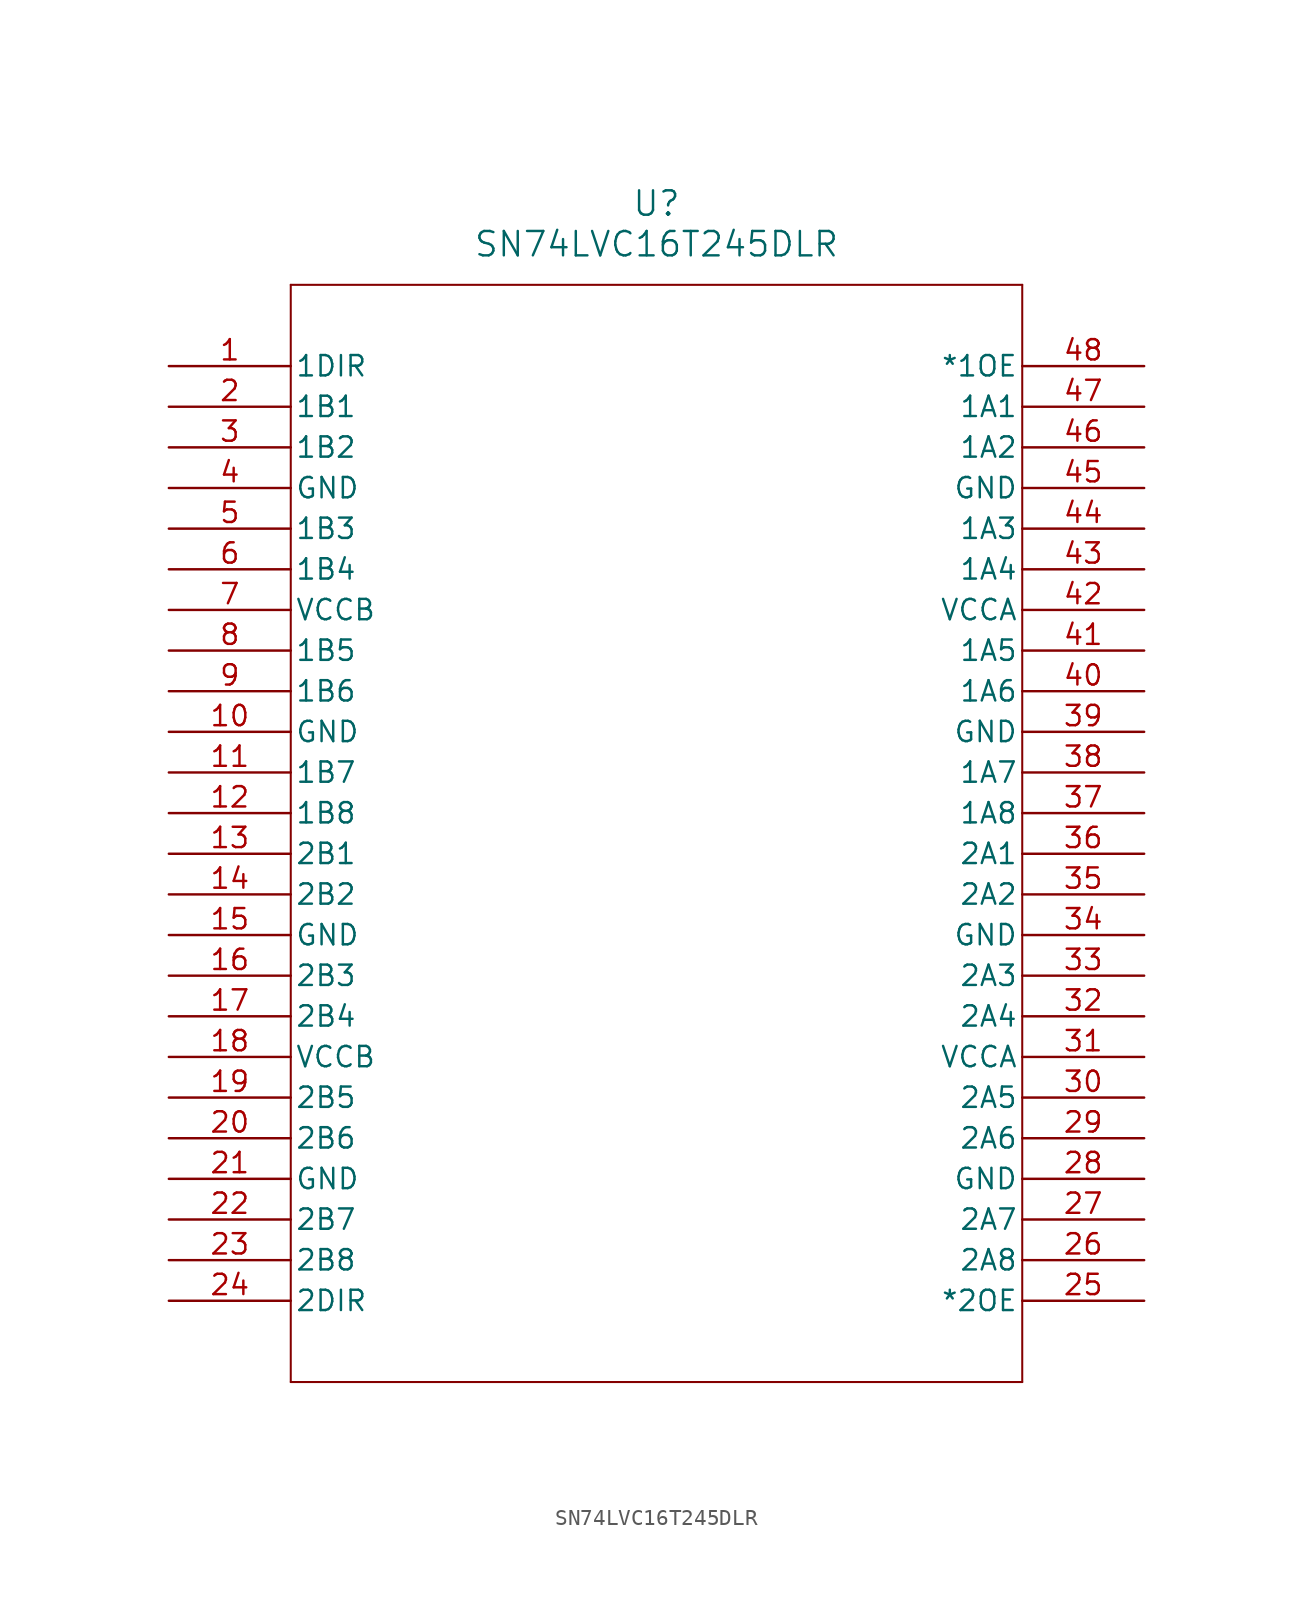
<source format=kicad_sym>
(kicad_symbol_lib
  (version 20211014)
  (generator kicad_symbol_editor)
  (symbol "SN74LVC16T245DLR"
    (pin_names
      (offset 0.254))
    (property "Reference" "U"
      (at 30.48 10.16 0)
      (effects (font (size 1.524 1.524))))
    (property "Value" "SN74LVC16T245DLR"
      (at 30.48 7.62 0)
      (effects (font (size 1.524 1.524))))
    (symbol "SN74LVC16T245DLR_0_1"
      (polyline (pts (xy 7.62 5.08) (xy 7.62 -63.5)) (stroke (width 0.127) (type default) (color 0 0 0 0)) (fill (type none)))
      (polyline (pts (xy 7.62 -63.5) (xy 53.34 -63.5)) (stroke (width 0.127) (type default) (color 0 0 0 0)) (fill (type none)))
      (polyline (pts (xy 53.34 -63.5) (xy 53.34 5.08)) (stroke (width 0.127) (type default) (color 0 0 0 0)) (fill (type none)))
      (polyline (pts (xy 53.34 5.08) (xy 7.62 5.08)) (stroke (width 0.127) (type default) (color 0 0 0 0)) (fill (type none)))
      (pin input line (at 0 0 0) (length 7.62) (name "1DIR" (effects (font (size 1.27 1.27)))) (number "1" (effects (font (size 1.27 1.27)))))
      (pin bidirectional line (at 0 -2.54 0) (length 7.62) (name "1B1" (effects (font (size 1.27 1.27)))) (number "2" (effects (font (size 1.27 1.27)))))
      (pin bidirectional line (at 0 -5.08 0) (length 7.62) (name "1B2" (effects (font (size 1.27 1.27)))) (number "3" (effects (font (size 1.27 1.27)))))
      (pin power_in line (at 0 -7.62 0) (length 7.62) (name "GND" (effects (font (size 1.27 1.27)))) (number "4" (effects (font (size 1.27 1.27)))))
      (pin bidirectional line (at 0 -10.16 0) (length 7.62) (name "1B3" (effects (font (size 1.27 1.27)))) (number "5" (effects (font (size 1.27 1.27)))))
      (pin bidirectional line (at 0 -12.7 0) (length 7.62) (name "1B4" (effects (font (size 1.27 1.27)))) (number "6" (effects (font (size 1.27 1.27)))))
      (pin power_in line (at 0 -15.24 0) (length 7.62) (name "VCCB" (effects (font (size 1.27 1.27)))) (number "7" (effects (font (size 1.27 1.27)))))
      (pin bidirectional line (at 0 -17.78 0) (length 7.62) (name "1B5" (effects (font (size 1.27 1.27)))) (number "8" (effects (font (size 1.27 1.27)))))
      (pin bidirectional line (at 0 -20.32 0) (length 7.62) (name "1B6" (effects (font (size 1.27 1.27)))) (number "9" (effects (font (size 1.27 1.27)))))
      (pin power_in line (at 0 -22.86 0) (length 7.62) (name "GND" (effects (font (size 1.27 1.27)))) (number "10" (effects (font (size 1.27 1.27)))))
      (pin bidirectional line (at 0 -25.4 0) (length 7.62) (name "1B7" (effects (font (size 1.27 1.27)))) (number "11" (effects (font (size 1.27 1.27)))))
      (pin bidirectional line (at 0 -27.94 0) (length 7.62) (name "1B8" (effects (font (size 1.27 1.27)))) (number "12" (effects (font (size 1.27 1.27)))))
      (pin bidirectional line (at 0 -30.48 0) (length 7.62) (name "2B1" (effects (font (size 1.27 1.27)))) (number "13" (effects (font (size 1.27 1.27)))))
      (pin bidirectional line (at 0 -33.02 0) (length 7.62) (name "2B2" (effects (font (size 1.27 1.27)))) (number "14" (effects (font (size 1.27 1.27)))))
      (pin power_in line (at 0 -35.56 0) (length 7.62) (name "GND" (effects (font (size 1.27 1.27)))) (number "15" (effects (font (size 1.27 1.27)))))
      (pin bidirectional line (at 0 -38.1 0) (length 7.62) (name "2B3" (effects (font (size 1.27 1.27)))) (number "16" (effects (font (size 1.27 1.27)))))
      (pin bidirectional line (at 0 -40.64 0) (length 7.62) (name "2B4" (effects (font (size 1.27 1.27)))) (number "17" (effects (font (size 1.27 1.27)))))
      (pin power_in line (at 0 -43.18 0) (length 7.62) (name "VCCB" (effects (font (size 1.27 1.27)))) (number "18" (effects (font (size 1.27 1.27)))))
      (pin bidirectional line (at 0 -45.72 0) (length 7.62) (name "2B5" (effects (font (size 1.27 1.27)))) (number "19" (effects (font (size 1.27 1.27)))))
      (pin bidirectional line (at 0 -48.26 0) (length 7.62) (name "2B6" (effects (font (size 1.27 1.27)))) (number "20" (effects (font (size 1.27 1.27)))))
      (pin power_in line (at 0 -50.8 0) (length 7.62) (name "GND" (effects (font (size 1.27 1.27)))) (number "21" (effects (font (size 1.27 1.27)))))
      (pin bidirectional line (at 0 -53.34 0) (length 7.62) (name "2B7" (effects (font (size 1.27 1.27)))) (number "22" (effects (font (size 1.27 1.27)))))
      (pin bidirectional line (at 0 -55.88 0) (length 7.62) (name "2B8" (effects (font (size 1.27 1.27)))) (number "23" (effects (font (size 1.27 1.27)))))
      (pin input line (at 0 -58.42 0) (length 7.62) (name "2DIR" (effects (font (size 1.27 1.27)))) (number "24" (effects (font (size 1.27 1.27)))))
      (pin input line (at 60.96 -58.42 180) (length 7.62) (name "*2OE" (effects (font (size 1.27 1.27)))) (number "25" (effects (font (size 1.27 1.27)))))
      (pin bidirectional line (at 60.96 -55.88 180) (length 7.62) (name "2A8" (effects (font (size 1.27 1.27)))) (number "26" (effects (font (size 1.27 1.27)))))
      (pin bidirectional line (at 60.96 -53.34 180) (length 7.62) (name "2A7" (effects (font (size 1.27 1.27)))) (number "27" (effects (font (size 1.27 1.27)))))
      (pin power_in line (at 60.96 -50.8 180) (length 7.62) (name "GND" (effects (font (size 1.27 1.27)))) (number "28" (effects (font (size 1.27 1.27)))))
      (pin bidirectional line (at 60.96 -48.26 180) (length 7.62) (name "2A6" (effects (font (size 1.27 1.27)))) (number "29" (effects (font (size 1.27 1.27)))))
      (pin bidirectional line (at 60.96 -45.72 180) (length 7.62) (name "2A5" (effects (font (size 1.27 1.27)))) (number "30" (effects (font (size 1.27 1.27)))))
      (pin power_in line (at 60.96 -43.18 180) (length 7.62) (name "VCCA" (effects (font (size 1.27 1.27)))) (number "31" (effects (font (size 1.27 1.27)))))
      (pin bidirectional line (at 60.96 -40.64 180) (length 7.62) (name "2A4" (effects (font (size 1.27 1.27)))) (number "32" (effects (font (size 1.27 1.27)))))
      (pin bidirectional line (at 60.96 -38.1 180) (length 7.62) (name "2A3" (effects (font (size 1.27 1.27)))) (number "33" (effects (font (size 1.27 1.27)))))
      (pin power_in line (at 60.96 -35.56 180) (length 7.62) (name "GND" (effects (font (size 1.27 1.27)))) (number "34" (effects (font (size 1.27 1.27)))))
      (pin bidirectional line (at 60.96 -33.02 180) (length 7.62) (name "2A2" (effects (font (size 1.27 1.27)))) (number "35" (effects (font (size 1.27 1.27)))))
      (pin bidirectional line (at 60.96 -30.48 180) (length 7.62) (name "2A1" (effects (font (size 1.27 1.27)))) (number "36" (effects (font (size 1.27 1.27)))))
      (pin bidirectional line (at 60.96 -27.94 180) (length 7.62) (name "1A8" (effects (font (size 1.27 1.27)))) (number "37" (effects (font (size 1.27 1.27)))))
      (pin bidirectional line (at 60.96 -25.4 180) (length 7.62) (name "1A7" (effects (font (size 1.27 1.27)))) (number "38" (effects (font (size 1.27 1.27)))))
      (pin power_in line (at 60.96 -22.86 180) (length 7.62) (name "GND" (effects (font (size 1.27 1.27)))) (number "39" (effects (font (size 1.27 1.27)))))
      (pin bidirectional line (at 60.96 -20.32 180) (length 7.62) (name "1A6" (effects (font (size 1.27 1.27)))) (number "40" (effects (font (size 1.27 1.27)))))
      (pin bidirectional line (at 60.96 -17.78 180) (length 7.62) (name "1A5" (effects (font (size 1.27 1.27)))) (number "41" (effects (font (size 1.27 1.27)))))
      (pin power_in line (at 60.96 -15.24 180) (length 7.62) (name "VCCA" (effects (font (size 1.27 1.27)))) (number "42" (effects (font (size 1.27 1.27)))))
      (pin bidirectional line (at 60.96 -12.7 180) (length 7.62) (name "1A4" (effects (font (size 1.27 1.27)))) (number "43" (effects (font (size 1.27 1.27)))))
      (pin bidirectional line (at 60.96 -10.16 180) (length 7.62) (name "1A3" (effects (font (size 1.27 1.27)))) (number "44" (effects (font (size 1.27 1.27)))))
      (pin power_in line (at 60.96 -7.62 180) (length 7.62) (name "GND" (effects (font (size 1.27 1.27)))) (number "45" (effects (font (size 1.27 1.27)))))
      (pin bidirectional line (at 60.96 -5.08 180) (length 7.62) (name "1A2" (effects (font (size 1.27 1.27)))) (number "46" (effects (font (size 1.27 1.27)))))
      (pin bidirectional line (at 60.96 -2.54 180) (length 7.62) (name "1A1" (effects (font (size 1.27 1.27)))) (number "47" (effects (font (size 1.27 1.27)))))
      (pin input line (at 60.96 0 180) (length 7.62) (name "*1OE" (effects (font (size 1.27 1.27)))) (number "48" (effects (font (size 1.27 1.27))))))))
</source>
